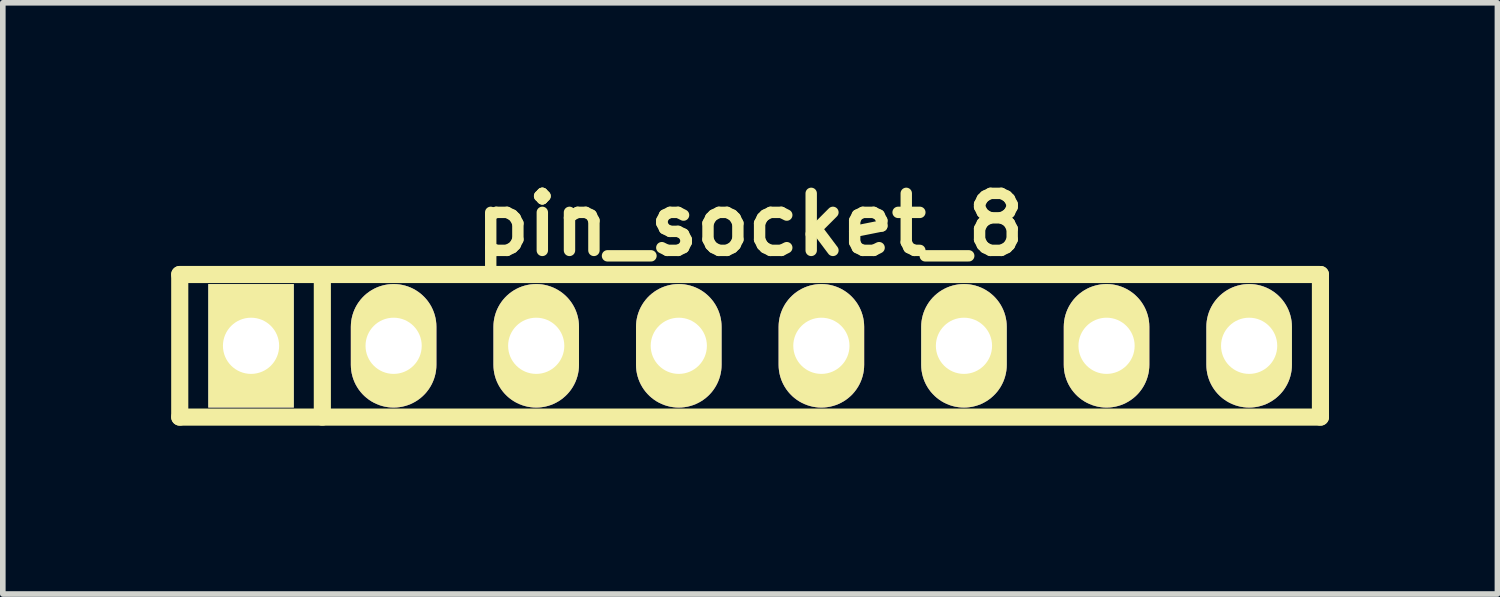
<source format=kicad_pcb>
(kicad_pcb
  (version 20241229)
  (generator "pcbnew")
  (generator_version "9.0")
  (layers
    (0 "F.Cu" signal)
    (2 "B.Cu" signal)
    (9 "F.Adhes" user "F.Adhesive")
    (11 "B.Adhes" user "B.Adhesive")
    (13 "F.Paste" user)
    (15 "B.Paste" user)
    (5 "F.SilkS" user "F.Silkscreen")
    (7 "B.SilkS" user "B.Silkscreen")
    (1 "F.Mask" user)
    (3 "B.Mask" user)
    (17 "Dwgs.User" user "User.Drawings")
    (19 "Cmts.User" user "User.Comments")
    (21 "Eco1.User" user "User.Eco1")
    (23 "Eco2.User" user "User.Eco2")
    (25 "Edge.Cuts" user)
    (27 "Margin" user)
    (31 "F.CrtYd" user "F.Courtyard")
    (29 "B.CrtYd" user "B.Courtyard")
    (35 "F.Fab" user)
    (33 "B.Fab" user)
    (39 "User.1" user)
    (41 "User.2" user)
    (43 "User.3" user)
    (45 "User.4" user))
  (footprint "pin_socket_8"
    (layer "F.Cu")
    (at 10.312 3.11)
    (property "Reference" "pin_socket_8" (at 0 -2.159 0) (layer "F.SilkS") (effects (font (size 1.016 1.016) (thickness 0.203))))
    (attr through_hole)
    (fp_line (start -10.16 -1.27) (end 10.16 -1.27) (stroke (width 0.305) (type solid)) (layer "F.SilkS"))
    (fp_line (start -10.16 1.27) (end -10.16 -1.27) (stroke (width 0.305) (type solid)) (layer "F.SilkS"))
    (fp_line (start -7.62 -1.27) (end -7.62 1.27) (stroke (width 0.305) (type solid)) (layer "F.SilkS"))
    (fp_line (start 10.16 -1.27) (end 10.16 1.27) (stroke (width 0.305) (type solid)) (layer "F.SilkS"))
    (fp_line (start 10.16 1.27) (end -10.16 1.27) (stroke (width 0.305) (type solid)) (layer "F.SilkS"))
    (pad "1" thru_hole rect (at -8.89 0) (size 1.524 2.2) (drill 1.001) (layers "*.Cu" "*.Mask" "F.SilkS"))
    (pad "2" thru_hole oval (at -6.35 0) (size 1.524 2.2) (drill 1.001) (layers "*.Cu" "*.Mask" "F.SilkS"))
    (pad "3" thru_hole oval (at -3.81 0) (size 1.524 2.2) (drill 1.001) (layers "*.Cu" "*.Mask" "F.SilkS"))
    (pad "4" thru_hole oval (at -1.27 0) (size 1.524 2.2) (drill 1.001) (layers "*.Cu" "*.Mask" "F.SilkS"))
    (pad "5" thru_hole oval (at 1.27 0) (size 1.524 2.2) (drill 1.001) (layers "*.Cu" "*.Mask" "F.SilkS"))
    (pad "6" thru_hole oval (at 3.81 0) (size 1.524 2.2) (drill 1.001) (layers "*.Cu" "*.Mask" "F.SilkS"))
    (pad "7" thru_hole oval (at 6.35 0) (size 1.524 2.2) (drill 1.001) (layers "*.Cu" "*.Mask" "F.SilkS"))
    (pad "8" thru_hole oval (at 8.89 0) (size 1.524 2.2) (drill 1.001) (layers "*.Cu" "*.Mask" "F.SilkS")))
  (gr_rect
    (start -3 -3)
    (end 23.625 7.532)
    (stroke (width 0.1) (type default))
    (fill no)
    (layer "Edge.Cuts")))
</source>
